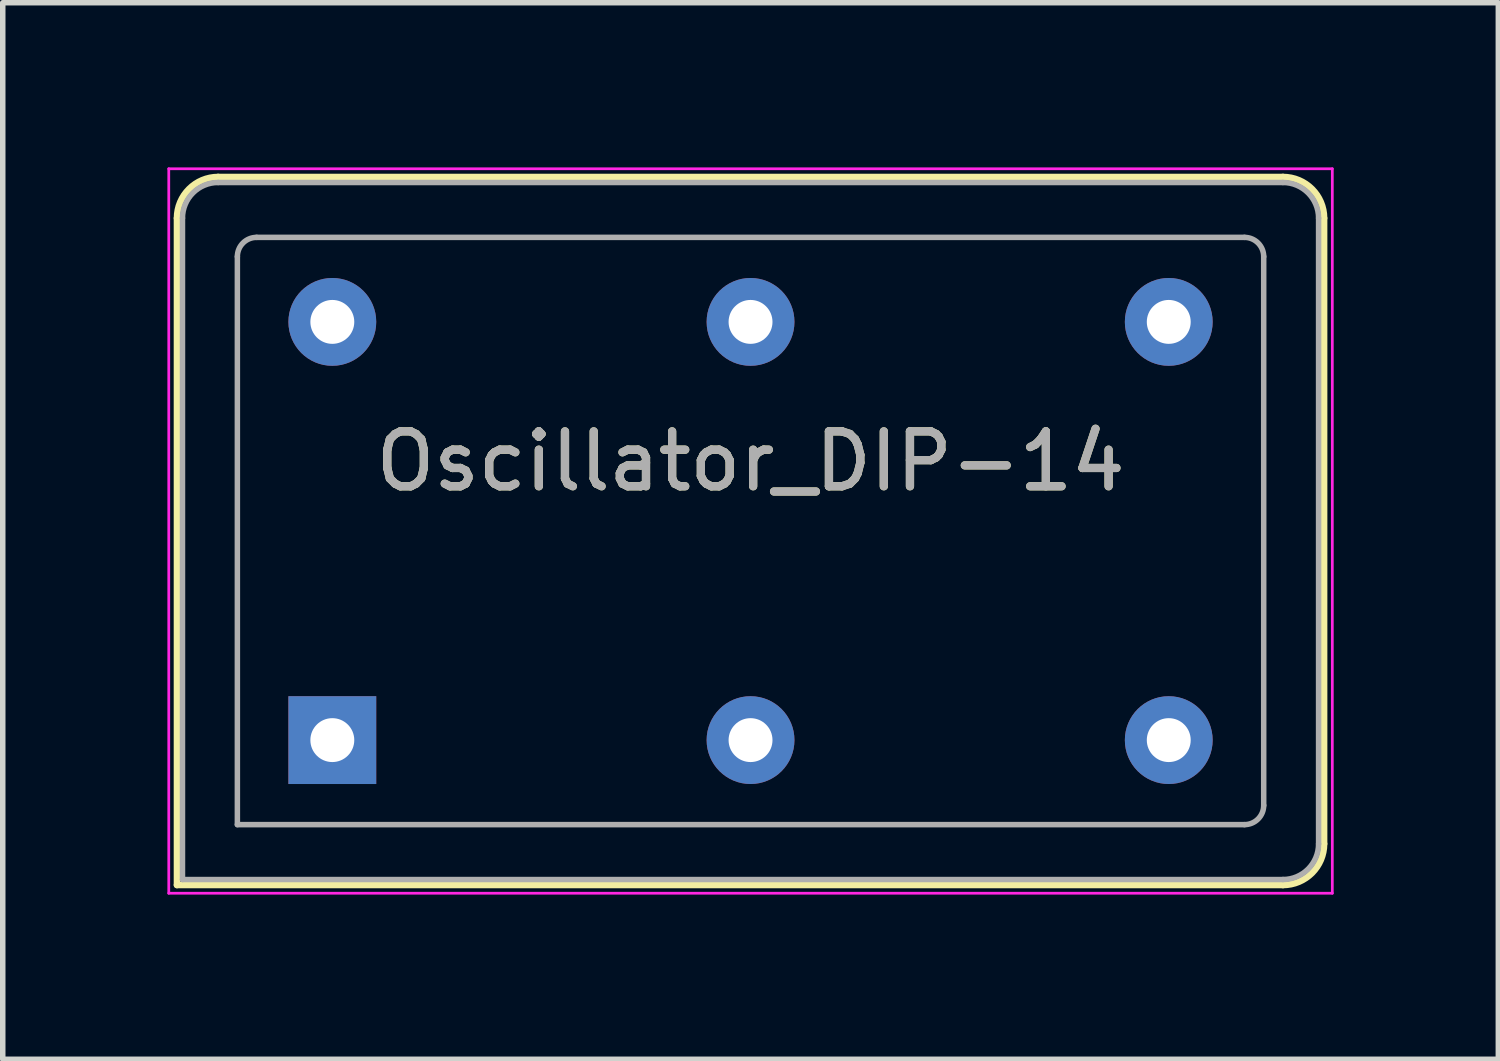
<source format=kicad_pcb>
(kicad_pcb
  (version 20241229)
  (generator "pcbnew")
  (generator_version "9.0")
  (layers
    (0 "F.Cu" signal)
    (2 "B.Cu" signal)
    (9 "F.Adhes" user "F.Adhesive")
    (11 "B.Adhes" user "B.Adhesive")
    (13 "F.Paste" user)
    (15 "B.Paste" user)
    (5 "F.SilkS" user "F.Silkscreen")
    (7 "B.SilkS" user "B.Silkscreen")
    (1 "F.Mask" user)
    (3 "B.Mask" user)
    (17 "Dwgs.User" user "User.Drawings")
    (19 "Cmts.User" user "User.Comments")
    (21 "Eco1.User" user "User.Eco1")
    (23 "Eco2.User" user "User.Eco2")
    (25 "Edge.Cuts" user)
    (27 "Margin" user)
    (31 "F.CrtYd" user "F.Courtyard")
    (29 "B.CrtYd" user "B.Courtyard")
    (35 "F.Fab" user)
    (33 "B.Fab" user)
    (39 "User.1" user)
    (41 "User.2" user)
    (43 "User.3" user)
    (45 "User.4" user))
  (footprint "Oscillator_DIP-14"
    (layer "F.Cu")
    (at 3.005 10.435)
    (property "Reference" "Oscillator_DIP-14" (at 7.62 -5.08 0) (layer "F.SilkS") (effects (font (size 1 1) (thickness 0.15))))
    (attr through_hole)
    (fp_line (start -2.83 -9.51) (end -2.83 2.64) (stroke (width 0.12) (type solid)) (layer "F.SilkS"))
    (fp_line (start -2.83 2.64) (end 17.32 2.64) (stroke (width 0.12) (type solid)) (layer "F.SilkS"))
    (fp_line (start 17.32 -10.26) (end -2.08 -10.26) (stroke (width 0.12) (type solid)) (layer "F.SilkS"))
    (fp_line (start 18.07 1.89) (end 18.07 -9.51) (stroke (width 0.12) (type solid)) (layer "F.SilkS"))
    (fp_arc (start -2.83 -9.51) (mid -2.61033 -10.04033) (end -2.08 -10.26) (stroke (width 0.12) (type solid)) (layer "F.SilkS"))
    (fp_arc (start 17.32 -10.26) (mid 17.85033 -10.04033) (end 18.07 -9.51) (stroke (width 0.12) (type solid)) (layer "F.SilkS"))
    (fp_arc (start 18.07 1.89) (mid 17.85033 2.42033) (end 17.32 2.64) (stroke (width 0.12) (type solid)) (layer "F.SilkS"))
    (fp_line (start -2.98 -10.41) (end -2.98 2.79) (stroke (width 0.05) (type solid)) (layer "F.CrtYd"))
    (fp_line (start -2.98 2.79) (end 18.22 2.79) (stroke (width 0.05) (type solid)) (layer "F.CrtYd"))
    (fp_line (start 18.22 -10.41) (end -2.98 -10.41) (stroke (width 0.05) (type solid)) (layer "F.CrtYd"))
    (fp_line (start 18.22 2.79) (end 18.22 -10.41) (stroke (width 0.05) (type solid)) (layer "F.CrtYd"))
    (fp_line (start -2.73 2.54) (end -2.73 -9.51) (stroke (width 0.1) (type solid)) (layer "F.Fab"))
    (fp_line (start -2.73 2.54) (end 17.32 2.54) (stroke (width 0.1) (type solid)) (layer "F.Fab"))
    (fp_line (start -2.08 -10.16) (end 17.32 -10.16) (stroke (width 0.1) (type solid)) (layer "F.Fab"))
    (fp_line (start -1.73 1.54) (end -1.73 -8.81) (stroke (width 0.1) (type solid)) (layer "F.Fab"))
    (fp_line (start -1.73 1.54) (end 16.62 1.54) (stroke (width 0.1) (type solid)) (layer "F.Fab"))
    (fp_line (start -1.38 -9.16) (end 16.62 -9.16) (stroke (width 0.1) (type solid)) (layer "F.Fab"))
    (fp_line (start 16.97 1.19) (end 16.97 -8.81) (stroke (width 0.1) (type solid)) (layer "F.Fab"))
    (fp_line (start 17.97 -9.51) (end 17.97 1.89) (stroke (width 0.1) (type solid)) (layer "F.Fab"))
    (fp_arc (start -2.73 -9.51) (mid -2.539619 -9.969619) (end -2.08 -10.16) (stroke (width 0.1) (type solid)) (layer "F.Fab"))
    (fp_arc (start -1.73 -8.81) (mid -1.627487 -9.057487) (end -1.38 -9.16) (stroke (width 0.1) (type solid)) (layer "F.Fab"))
    (fp_arc (start 16.62 -9.16) (mid 16.867487 -9.057487) (end 16.97 -8.81) (stroke (width 0.1) (type solid)) (layer "F.Fab"))
    (fp_arc (start 16.97 1.19) (mid 16.867487 1.437487) (end 16.62 1.54) (stroke (width 0.1) (type solid)) (layer "F.Fab"))
    (fp_arc (start 17.32 -10.16) (mid 17.779619 -9.969619) (end 17.97 -9.51) (stroke (width 0.1) (type solid)) (layer "F.Fab"))
    (fp_arc (start 17.97 1.89) (mid 17.779619 2.349619) (end 17.32 2.54) (stroke (width 0.1) (type solid)) (layer "F.Fab"))
    (fp_text user "${REFERENCE}" (at 7.62 -5.08 0) (layer "F.Fab") (effects (font (size 1 1) (thickness 0.15))))
    (pad "1" thru_hole rect (at 0 0) (size 1.6 1.6) (drill 0.8) (layers "*.Cu" "*.Mask"))
    (pad "7" thru_hole circle (at 7.62 0) (size 1.6 1.6) (drill 0.8) (layers "*.Cu" "*.Mask"))
    (pad "7" thru_hole circle (at 15.24 0) (size 1.6 1.6) (drill 0.8) (layers "*.Cu" "*.Mask"))
    (pad "8" thru_hole circle (at 7.62 -7.62) (size 1.6 1.6) (drill 0.8) (layers "*.Cu" "*.Mask"))
    (pad "8" thru_hole circle (at 15.24 -7.62) (size 1.6 1.6) (drill 0.8) (layers "*.Cu" "*.Mask"))
    (pad "14" thru_hole circle (at 0 -7.62) (size 1.6 1.6) (drill 0.8) (layers "*.Cu" "*.Mask")))
  (gr_rect
    (start -3 -3)
    (end 24.25 16.25)
    (stroke (width 0.1) (type default))
    (fill no)
    (layer "Edge.Cuts")))
</source>
